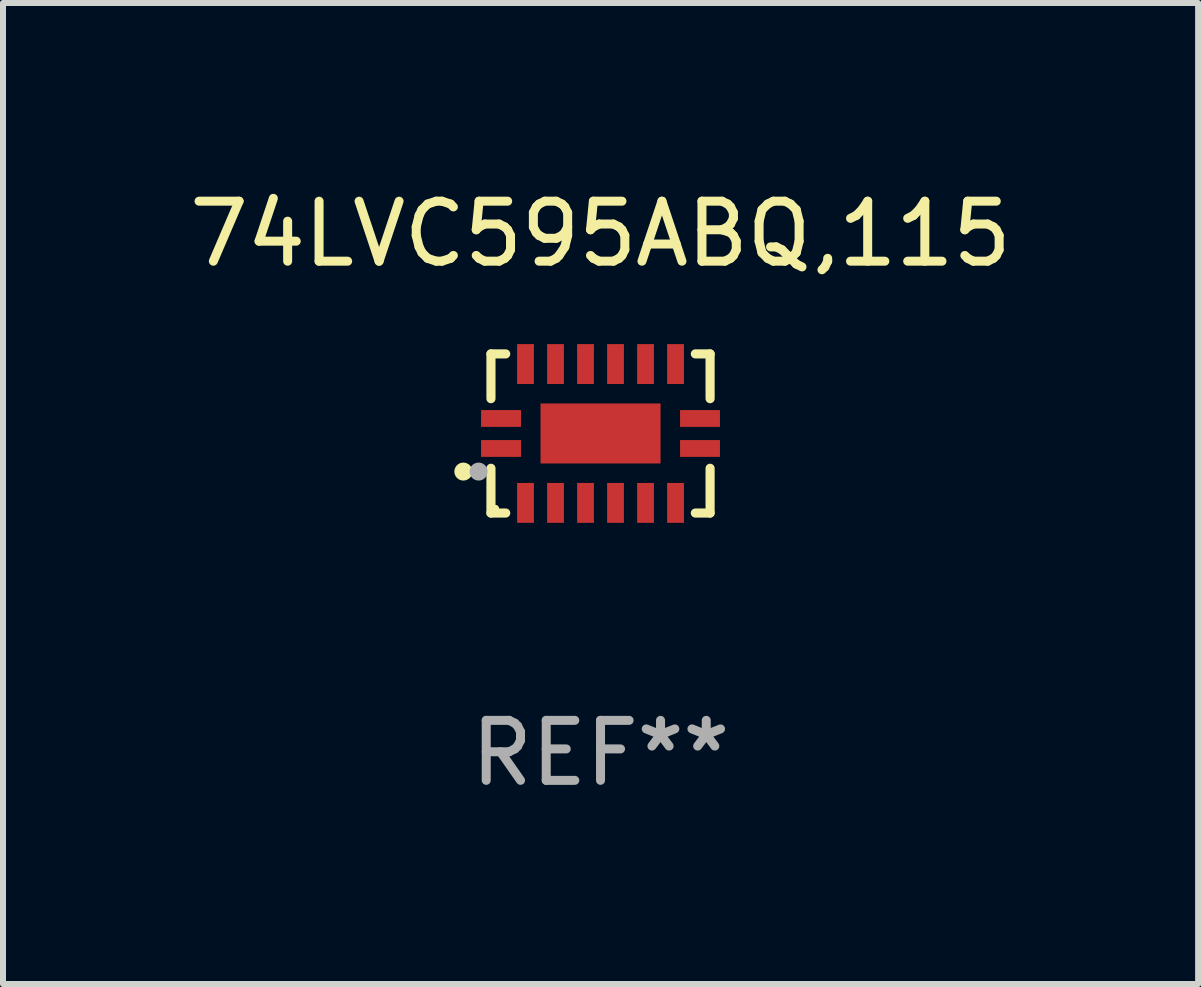
<source format=kicad_pcb>
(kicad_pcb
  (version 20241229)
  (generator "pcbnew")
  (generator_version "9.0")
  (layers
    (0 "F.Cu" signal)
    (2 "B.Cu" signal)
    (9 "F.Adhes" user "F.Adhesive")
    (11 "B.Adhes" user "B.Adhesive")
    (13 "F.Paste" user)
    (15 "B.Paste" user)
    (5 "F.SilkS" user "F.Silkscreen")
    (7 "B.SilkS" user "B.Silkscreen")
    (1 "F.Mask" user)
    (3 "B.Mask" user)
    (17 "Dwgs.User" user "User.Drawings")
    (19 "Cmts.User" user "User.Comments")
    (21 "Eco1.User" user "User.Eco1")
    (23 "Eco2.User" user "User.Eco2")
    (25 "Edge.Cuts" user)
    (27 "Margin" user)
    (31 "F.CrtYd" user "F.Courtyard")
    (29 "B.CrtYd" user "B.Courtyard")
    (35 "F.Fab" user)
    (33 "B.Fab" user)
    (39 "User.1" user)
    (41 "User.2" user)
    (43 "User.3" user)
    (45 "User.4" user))
  (footprint "74LVC595ABQ,115"
    (layer "F.Cu")
    (at 6.958 4.174)
    (property "Reference" "74LVC595ABQ,115" (at 0 -3.326 0) (layer "F.SilkS") (effects (font (size 1 1) (thickness 0.15))))
    (attr through_hole)
    (fp_line (start -1.826 -1.326) (end -1.58 -1.326) (stroke (width 0.152) (type solid)) (layer "F.SilkS"))
    (fp_line (start -1.826 -0.58) (end -1.826 -1.326) (stroke (width 0.152) (type solid)) (layer "F.SilkS"))
    (fp_line (start -1.826 0.58) (end -1.826 1.326) (stroke (width 0.152) (type solid)) (layer "F.SilkS"))
    (fp_line (start -1.826 1.326) (end -1.58 1.326) (stroke (width 0.152) (type solid)) (layer "F.SilkS"))
    (fp_line (start 1.826 -1.326) (end 1.58 -1.326) (stroke (width 0.152) (type solid)) (layer "F.SilkS"))
    (fp_line (start 1.826 -0.58) (end 1.826 -1.326) (stroke (width 0.152) (type solid)) (layer "F.SilkS"))
    (fp_line (start 1.826 0.58) (end 1.826 1.326) (stroke (width 0.152) (type solid)) (layer "F.SilkS"))
    (fp_line (start 1.826 1.326) (end 1.58 1.326) (stroke (width 0.152) (type solid)) (layer "F.SilkS"))
    (fp_circle (center -2.286 0.635) (end -2.211 0.635) (stroke (width 0.15) (type solid)) (fill no) (layer "F.SilkS"))
    (fp_circle (center -1.75 1.25) (end -1.72 1.25) (stroke (width 0.06) (type solid)) (fill no) (layer "F.SilkS"))
    (fp_circle (center -2.032 0.635) (end -1.957 0.635) (stroke (width 0.15) (type solid)) (fill no) (layer "F.Fab"))
    (fp_text user "REF**" (at 0 5.326 0) (layer "F.Fab") (effects (font (size 1 1) (thickness 0.15))))
    (pad "1" smd rect (at -1.658 0.25) (size 0.665 0.28) (layers "F.Cu" "F.Mask" "F.Paste"))
    (pad "2" smd rect (at -1.25 1.157) (size 0.28 0.665) (layers "F.Cu" "F.Mask" "F.Paste"))
    (pad "3" smd rect (at -0.75 1.157) (size 0.28 0.665) (layers "F.Cu" "F.Mask" "F.Paste"))
    (pad "4" smd rect (at -0.25 1.157) (size 0.28 0.665) (layers "F.Cu" "F.Mask" "F.Paste"))
    (pad "5" smd rect (at 0.25 1.157) (size 0.28 0.665) (layers "F.Cu" "F.Mask" "F.Paste"))
    (pad "6" smd rect (at 0.75 1.157) (size 0.28 0.665) (layers "F.Cu" "F.Mask" "F.Paste"))
    (pad "7" smd rect (at 1.25 1.157) (size 0.28 0.665) (layers "F.Cu" "F.Mask" "F.Paste"))
    (pad "8" smd rect (at 1.658 0.25) (size 0.665 0.28) (layers "F.Cu" "F.Mask" "F.Paste"))
    (pad "9" smd rect (at 1.658 -0.25) (size 0.665 0.28) (layers "F.Cu" "F.Mask" "F.Paste"))
    (pad "10" smd rect (at 1.25 -1.157) (size 0.28 0.665) (layers "F.Cu" "F.Mask" "F.Paste"))
    (pad "11" smd rect (at 0.75 -1.157) (size 0.28 0.665) (layers "F.Cu" "F.Mask" "F.Paste"))
    (pad "12" smd rect (at 0.25 -1.157) (size 0.28 0.665) (layers "F.Cu" "F.Mask" "F.Paste"))
    (pad "13" smd rect (at -0.25 -1.157) (size 0.28 0.665) (layers "F.Cu" "F.Mask" "F.Paste"))
    (pad "14" smd rect (at -0.75 -1.157) (size 0.28 0.665) (layers "F.Cu" "F.Mask" "F.Paste"))
    (pad "15" smd rect (at -1.25 -1.157) (size 0.28 0.665) (layers "F.Cu" "F.Mask" "F.Paste"))
    (pad "16" smd rect (at -1.658 -0.25) (size 0.665 0.28) (layers "F.Cu" "F.Mask" "F.Paste"))
    (pad "17" smd rect (at 0 0) (size 2 1) (layers "F.Cu" "F.Mask" "F.Paste")))
  (gr_rect
    (start -3 -3)
    (end 16.917 13.349)
    (stroke (width 0.1) (type default))
    (fill no)
    (layer "Edge.Cuts")))
</source>
